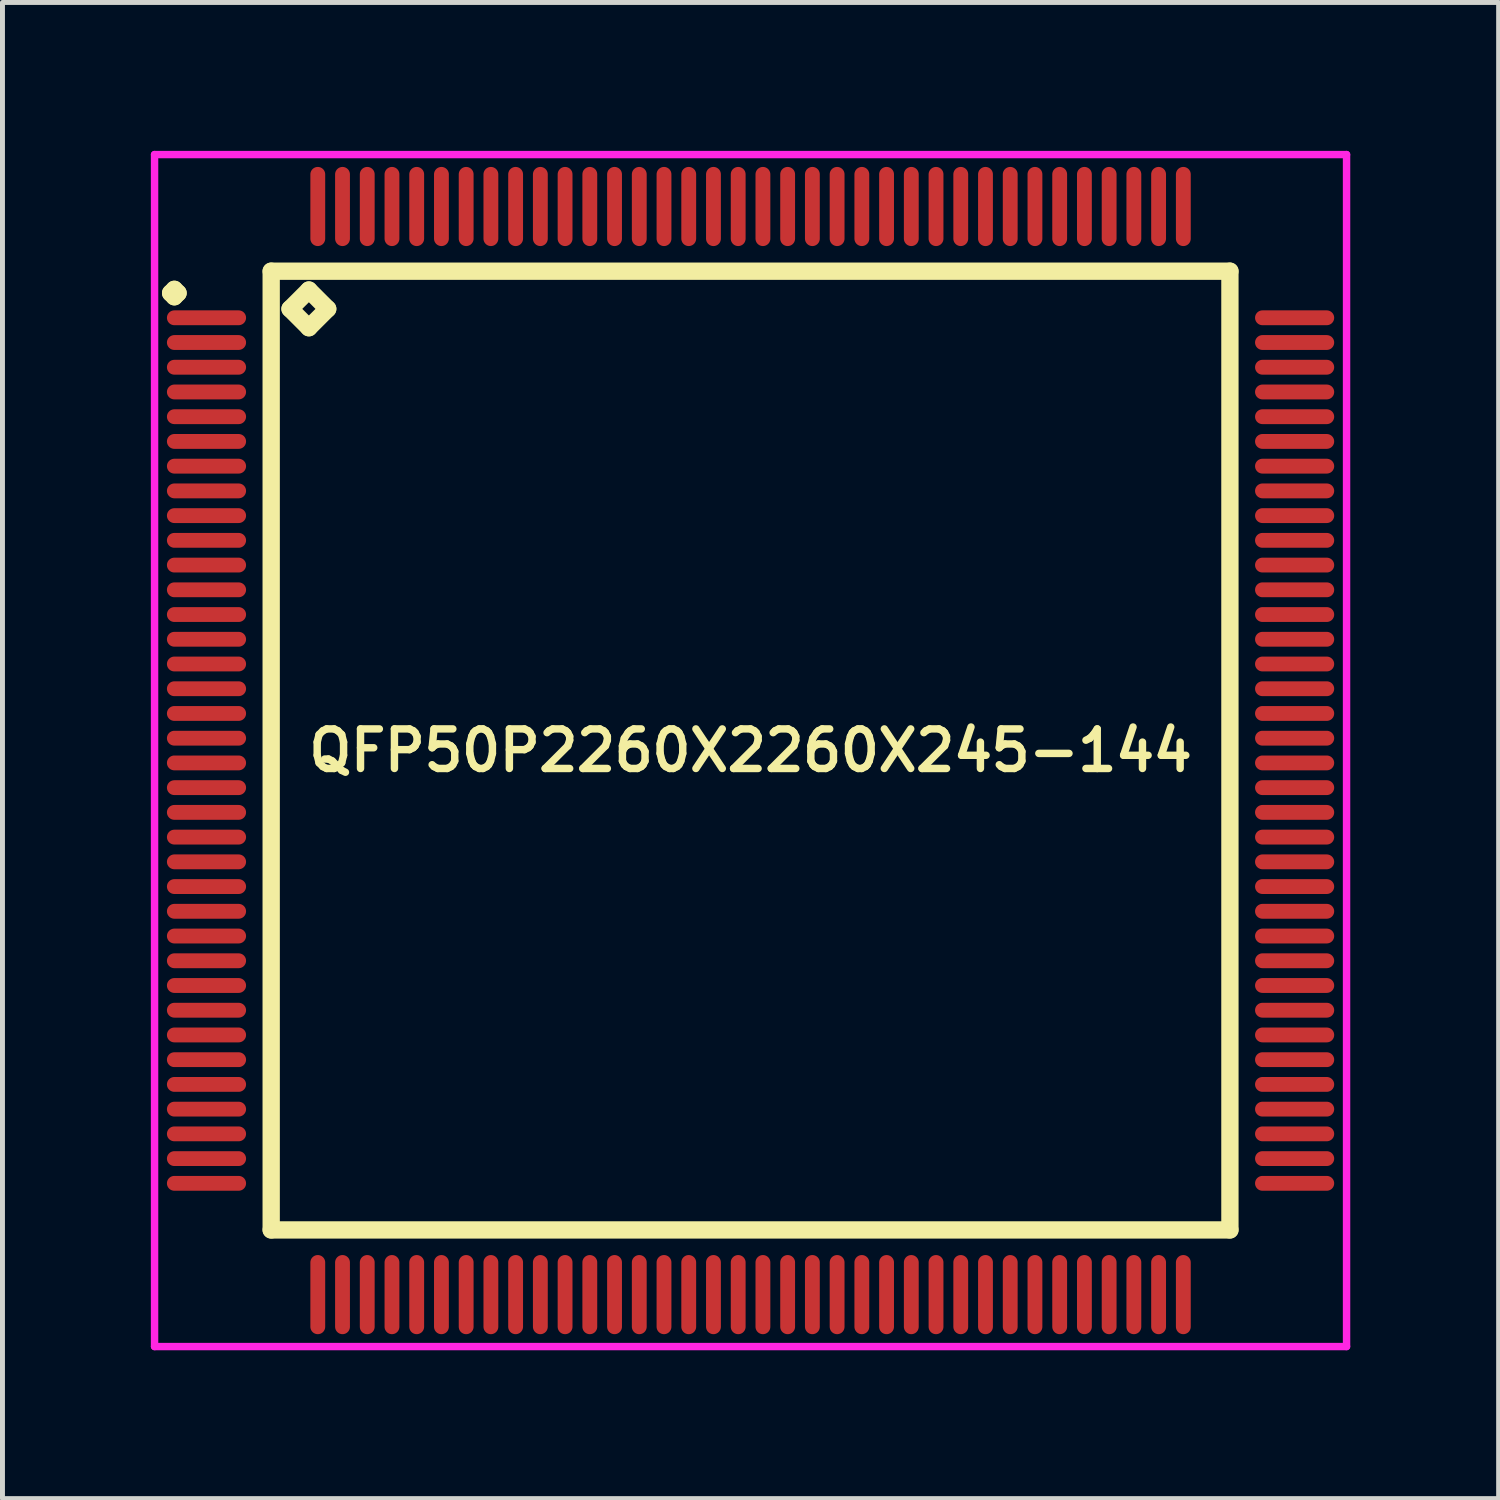
<source format=kicad_pcb>
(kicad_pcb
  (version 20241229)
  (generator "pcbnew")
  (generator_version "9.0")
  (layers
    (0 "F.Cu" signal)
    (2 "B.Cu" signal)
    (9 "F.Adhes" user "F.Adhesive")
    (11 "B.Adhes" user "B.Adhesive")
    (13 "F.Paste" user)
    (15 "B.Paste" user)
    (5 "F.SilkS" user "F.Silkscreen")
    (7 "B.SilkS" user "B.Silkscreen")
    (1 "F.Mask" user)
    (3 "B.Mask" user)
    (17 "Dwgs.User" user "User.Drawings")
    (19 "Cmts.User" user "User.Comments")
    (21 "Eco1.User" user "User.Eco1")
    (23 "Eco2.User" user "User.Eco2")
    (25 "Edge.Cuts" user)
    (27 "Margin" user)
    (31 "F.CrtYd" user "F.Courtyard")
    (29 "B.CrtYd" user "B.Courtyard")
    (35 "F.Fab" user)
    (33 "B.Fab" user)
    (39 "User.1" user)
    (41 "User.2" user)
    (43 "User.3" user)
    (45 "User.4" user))
  (footprint "QFP50P2260X2260X245-144"
    (layer "F.Cu")
    (at 12.125 12.125)
    (property "Reference" "QFP50P2260X2260X245-144" (at 0 0 0) (layer "F.SilkS") (effects (font (size 0.8 0.8) (thickness 0.15))))
    (attr smd)
    (fp_line (start -11.725 -9.25) (end -11.65 -9.325) (stroke (width 0.35) (type solid)) (layer "F.SilkS"))
    (fp_line (start -11.65 -9.325) (end -11.575 -9.25) (stroke (width 0.35) (type solid)) (layer "F.SilkS"))
    (fp_line (start -11.65 -9.175) (end -11.725 -9.25) (stroke (width 0.35) (type solid)) (layer "F.SilkS"))
    (fp_line (start -11.575 -9.25) (end -11.65 -9.175) (stroke (width 0.35) (type solid)) (layer "F.SilkS"))
    (fp_line (start -9.692 -9.692) (end -9.692 9.692) (stroke (width 0.35) (type solid)) (layer "F.SilkS"))
    (fp_line (start -9.692 9.692) (end 9.692 9.692) (stroke (width 0.35) (type solid)) (layer "F.SilkS"))
    (fp_line (start -9.311 -8.93) (end -8.93 -9.311) (stroke (width 0.35) (type solid)) (layer "F.SilkS"))
    (fp_line (start -8.93 -9.311) (end -8.549 -8.93) (stroke (width 0.35) (type solid)) (layer "F.SilkS"))
    (fp_line (start -8.93 -8.549) (end -9.311 -8.93) (stroke (width 0.35) (type solid)) (layer "F.SilkS"))
    (fp_line (start -8.549 -8.93) (end -8.93 -8.549) (stroke (width 0.35) (type solid)) (layer "F.SilkS"))
    (fp_line (start 9.692 -9.692) (end -9.692 -9.692) (stroke (width 0.35) (type solid)) (layer "F.SilkS"))
    (fp_line (start 9.692 9.692) (end 9.692 -9.692) (stroke (width 0.35) (type solid)) (layer "F.SilkS"))
    (fp_line (start -12.05 -12.05) (end 12.05 -12.05) (stroke (width 0.15) (type solid)) (layer "F.CrtYd"))
    (fp_line (start -12.05 12.05) (end -12.05 -12.05) (stroke (width 0.15) (type solid)) (layer "F.CrtYd"))
    (fp_line (start 12.05 -12.05) (end 12.05 12.05) (stroke (width 0.15) (type solid)) (layer "F.CrtYd"))
    (fp_line (start 12.05 12.05) (end -12.05 12.05) (stroke (width 0.15) (type solid)) (layer "F.CrtYd"))
    (pad "1" smd oval (at -11 -8.75) (size 1.6 0.3) (layers "F.Cu" "F.Mask" "F.Paste"))
    (pad "2" smd oval (at -11 -8.25) (size 1.6 0.3) (layers "F.Cu" "F.Mask" "F.Paste"))
    (pad "3" smd oval (at -11 -7.75) (size 1.6 0.3) (layers "F.Cu" "F.Mask" "F.Paste"))
    (pad "4" smd oval (at -11 -7.25) (size 1.6 0.3) (layers "F.Cu" "F.Mask" "F.Paste"))
    (pad "5" smd oval (at -11 -6.75) (size 1.6 0.3) (layers "F.Cu" "F.Mask" "F.Paste"))
    (pad "6" smd oval (at -11 -6.25) (size 1.6 0.3) (layers "F.Cu" "F.Mask" "F.Paste"))
    (pad "7" smd oval (at -11 -5.75) (size 1.6 0.3) (layers "F.Cu" "F.Mask" "F.Paste"))
    (pad "8" smd oval (at -11 -5.25) (size 1.6 0.3) (layers "F.Cu" "F.Mask" "F.Paste"))
    (pad "9" smd oval (at -11 -4.75) (size 1.6 0.3) (layers "F.Cu" "F.Mask" "F.Paste"))
    (pad "10" smd oval (at -11 -4.25) (size 1.6 0.3) (layers "F.Cu" "F.Mask" "F.Paste"))
    (pad "11" smd oval (at -11 -3.75) (size 1.6 0.3) (layers "F.Cu" "F.Mask" "F.Paste"))
    (pad "12" smd oval (at -11 -3.25) (size 1.6 0.3) (layers "F.Cu" "F.Mask" "F.Paste"))
    (pad "13" smd oval (at -11 -2.75) (size 1.6 0.3) (layers "F.Cu" "F.Mask" "F.Paste"))
    (pad "14" smd oval (at -11 -2.25) (size 1.6 0.3) (layers "F.Cu" "F.Mask" "F.Paste"))
    (pad "15" smd oval (at -11 -1.75) (size 1.6 0.3) (layers "F.Cu" "F.Mask" "F.Paste"))
    (pad "16" smd oval (at -11 -1.25) (size 1.6 0.3) (layers "F.Cu" "F.Mask" "F.Paste"))
    (pad "17" smd oval (at -11 -0.75) (size 1.6 0.3) (layers "F.Cu" "F.Mask" "F.Paste"))
    (pad "18" smd oval (at -11 -0.25) (size 1.6 0.3) (layers "F.Cu" "F.Mask" "F.Paste"))
    (pad "19" smd oval (at -11 0.25) (size 1.6 0.3) (layers "F.Cu" "F.Mask" "F.Paste"))
    (pad "20" smd oval (at -11 0.75) (size 1.6 0.3) (layers "F.Cu" "F.Mask" "F.Paste"))
    (pad "21" smd oval (at -11 1.25) (size 1.6 0.3) (layers "F.Cu" "F.Mask" "F.Paste"))
    (pad "22" smd oval (at -11 1.75) (size 1.6 0.3) (layers "F.Cu" "F.Mask" "F.Paste"))
    (pad "23" smd oval (at -11 2.25) (size 1.6 0.3) (layers "F.Cu" "F.Mask" "F.Paste"))
    (pad "24" smd oval (at -11 2.75) (size 1.6 0.3) (layers "F.Cu" "F.Mask" "F.Paste"))
    (pad "25" smd oval (at -11 3.25) (size 1.6 0.3) (layers "F.Cu" "F.Mask" "F.Paste"))
    (pad "26" smd oval (at -11 3.75) (size 1.6 0.3) (layers "F.Cu" "F.Mask" "F.Paste"))
    (pad "27" smd oval (at -11 4.25) (size 1.6 0.3) (layers "F.Cu" "F.Mask" "F.Paste"))
    (pad "28" smd oval (at -11 4.75) (size 1.6 0.3) (layers "F.Cu" "F.Mask" "F.Paste"))
    (pad "29" smd oval (at -11 5.25) (size 1.6 0.3) (layers "F.Cu" "F.Mask" "F.Paste"))
    (pad "30" smd oval (at -11 5.75) (size 1.6 0.3) (layers "F.Cu" "F.Mask" "F.Paste"))
    (pad "31" smd oval (at -11 6.25) (size 1.6 0.3) (layers "F.Cu" "F.Mask" "F.Paste"))
    (pad "32" smd oval (at -11 6.75) (size 1.6 0.3) (layers "F.Cu" "F.Mask" "F.Paste"))
    (pad "33" smd oval (at -11 7.25) (size 1.6 0.3) (layers "F.Cu" "F.Mask" "F.Paste"))
    (pad "34" smd oval (at -11 7.75) (size 1.6 0.3) (layers "F.Cu" "F.Mask" "F.Paste"))
    (pad "35" smd oval (at -11 8.25) (size 1.6 0.3) (layers "F.Cu" "F.Mask" "F.Paste"))
    (pad "36" smd oval (at -11 8.75) (size 1.6 0.3) (layers "F.Cu" "F.Mask" "F.Paste"))
    (pad "37" smd oval (at -8.75 11) (size 0.3 1.6) (layers "F.Cu" "F.Mask" "F.Paste"))
    (pad "38" smd oval (at -8.25 11) (size 0.3 1.6) (layers "F.Cu" "F.Mask" "F.Paste"))
    (pad "39" smd oval (at -7.75 11) (size 0.3 1.6) (layers "F.Cu" "F.Mask" "F.Paste"))
    (pad "40" smd oval (at -7.25 11) (size 0.3 1.6) (layers "F.Cu" "F.Mask" "F.Paste"))
    (pad "41" smd oval (at -6.75 11) (size 0.3 1.6) (layers "F.Cu" "F.Mask" "F.Paste"))
    (pad "42" smd oval (at -6.25 11) (size 0.3 1.6) (layers "F.Cu" "F.Mask" "F.Paste"))
    (pad "43" smd oval (at -5.75 11) (size 0.3 1.6) (layers "F.Cu" "F.Mask" "F.Paste"))
    (pad "44" smd oval (at -5.25 11) (size 0.3 1.6) (layers "F.Cu" "F.Mask" "F.Paste"))
    (pad "45" smd oval (at -4.75 11) (size 0.3 1.6) (layers "F.Cu" "F.Mask" "F.Paste"))
    (pad "46" smd oval (at -4.25 11) (size 0.3 1.6) (layers "F.Cu" "F.Mask" "F.Paste"))
    (pad "47" smd oval (at -3.75 11) (size 0.3 1.6) (layers "F.Cu" "F.Mask" "F.Paste"))
    (pad "48" smd oval (at -3.25 11) (size 0.3 1.6) (layers "F.Cu" "F.Mask" "F.Paste"))
    (pad "49" smd oval (at -2.75 11) (size 0.3 1.6) (layers "F.Cu" "F.Mask" "F.Paste"))
    (pad "50" smd oval (at -2.25 11) (size 0.3 1.6) (layers "F.Cu" "F.Mask" "F.Paste"))
    (pad "51" smd oval (at -1.75 11) (size 0.3 1.6) (layers "F.Cu" "F.Mask" "F.Paste"))
    (pad "52" smd oval (at -1.25 11) (size 0.3 1.6) (layers "F.Cu" "F.Mask" "F.Paste"))
    (pad "53" smd oval (at -0.75 11) (size 0.3 1.6) (layers "F.Cu" "F.Mask" "F.Paste"))
    (pad "54" smd oval (at -0.25 11) (size 0.3 1.6) (layers "F.Cu" "F.Mask" "F.Paste"))
    (pad "55" smd oval (at 0.25 11) (size 0.3 1.6) (layers "F.Cu" "F.Mask" "F.Paste"))
    (pad "56" smd oval (at 0.75 11) (size 0.3 1.6) (layers "F.Cu" "F.Mask" "F.Paste"))
    (pad "57" smd oval (at 1.25 11) (size 0.3 1.6) (layers "F.Cu" "F.Mask" "F.Paste"))
    (pad "58" smd oval (at 1.75 11) (size 0.3 1.6) (layers "F.Cu" "F.Mask" "F.Paste"))
    (pad "59" smd oval (at 2.25 11) (size 0.3 1.6) (layers "F.Cu" "F.Mask" "F.Paste"))
    (pad "60" smd oval (at 2.75 11) (size 0.3 1.6) (layers "F.Cu" "F.Mask" "F.Paste"))
    (pad "61" smd oval (at 3.25 11) (size 0.3 1.6) (layers "F.Cu" "F.Mask" "F.Paste"))
    (pad "62" smd oval (at 3.75 11) (size 0.3 1.6) (layers "F.Cu" "F.Mask" "F.Paste"))
    (pad "63" smd oval (at 4.25 11) (size 0.3 1.6) (layers "F.Cu" "F.Mask" "F.Paste"))
    (pad "64" smd oval (at 4.75 11) (size 0.3 1.6) (layers "F.Cu" "F.Mask" "F.Paste"))
    (pad "65" smd oval (at 5.25 11) (size 0.3 1.6) (layers "F.Cu" "F.Mask" "F.Paste"))
    (pad "66" smd oval (at 5.75 11) (size 0.3 1.6) (layers "F.Cu" "F.Mask" "F.Paste"))
    (pad "67" smd oval (at 6.25 11) (size 0.3 1.6) (layers "F.Cu" "F.Mask" "F.Paste"))
    (pad "68" smd oval (at 6.75 11) (size 0.3 1.6) (layers "F.Cu" "F.Mask" "F.Paste"))
    (pad "69" smd oval (at 7.25 11) (size 0.3 1.6) (layers "F.Cu" "F.Mask" "F.Paste"))
    (pad "70" smd oval (at 7.75 11) (size 0.3 1.6) (layers "F.Cu" "F.Mask" "F.Paste"))
    (pad "71" smd oval (at 8.25 11) (size 0.3 1.6) (layers "F.Cu" "F.Mask" "F.Paste"))
    (pad "72" smd oval (at 8.75 11) (size 0.3 1.6) (layers "F.Cu" "F.Mask" "F.Paste"))
    (pad "73" smd oval (at 11 8.75) (size 1.6 0.3) (layers "F.Cu" "F.Mask" "F.Paste"))
    (pad "74" smd oval (at 11 8.25) (size 1.6 0.3) (layers "F.Cu" "F.Mask" "F.Paste"))
    (pad "75" smd oval (at 11 7.75) (size 1.6 0.3) (layers "F.Cu" "F.Mask" "F.Paste"))
    (pad "76" smd oval (at 11 7.25) (size 1.6 0.3) (layers "F.Cu" "F.Mask" "F.Paste"))
    (pad "77" smd oval (at 11 6.75) (size 1.6 0.3) (layers "F.Cu" "F.Mask" "F.Paste"))
    (pad "78" smd oval (at 11 6.25) (size 1.6 0.3) (layers "F.Cu" "F.Mask" "F.Paste"))
    (pad "79" smd oval (at 11 5.75) (size 1.6 0.3) (layers "F.Cu" "F.Mask" "F.Paste"))
    (pad "80" smd oval (at 11 5.25) (size 1.6 0.3) (layers "F.Cu" "F.Mask" "F.Paste"))
    (pad "81" smd oval (at 11 4.75) (size 1.6 0.3) (layers "F.Cu" "F.Mask" "F.Paste"))
    (pad "82" smd oval (at 11 4.25) (size 1.6 0.3) (layers "F.Cu" "F.Mask" "F.Paste"))
    (pad "83" smd oval (at 11 3.75) (size 1.6 0.3) (layers "F.Cu" "F.Mask" "F.Paste"))
    (pad "84" smd oval (at 11 3.25) (size 1.6 0.3) (layers "F.Cu" "F.Mask" "F.Paste"))
    (pad "85" smd oval (at 11 2.75) (size 1.6 0.3) (layers "F.Cu" "F.Mask" "F.Paste"))
    (pad "86" smd oval (at 11 2.25) (size 1.6 0.3) (layers "F.Cu" "F.Mask" "F.Paste"))
    (pad "87" smd oval (at 11 1.75) (size 1.6 0.3) (layers "F.Cu" "F.Mask" "F.Paste"))
    (pad "88" smd oval (at 11 1.25) (size 1.6 0.3) (layers "F.Cu" "F.Mask" "F.Paste"))
    (pad "89" smd oval (at 11 0.75) (size 1.6 0.3) (layers "F.Cu" "F.Mask" "F.Paste"))
    (pad "90" smd oval (at 11 0.25) (size 1.6 0.3) (layers "F.Cu" "F.Mask" "F.Paste"))
    (pad "91" smd oval (at 11 -0.25) (size 1.6 0.3) (layers "F.Cu" "F.Mask" "F.Paste"))
    (pad "92" smd oval (at 11 -0.75) (size 1.6 0.3) (layers "F.Cu" "F.Mask" "F.Paste"))
    (pad "93" smd oval (at 11 -1.25) (size 1.6 0.3) (layers "F.Cu" "F.Mask" "F.Paste"))
    (pad "94" smd oval (at 11 -1.75) (size 1.6 0.3) (layers "F.Cu" "F.Mask" "F.Paste"))
    (pad "95" smd oval (at 11 -2.25) (size 1.6 0.3) (layers "F.Cu" "F.Mask" "F.Paste"))
    (pad "96" smd oval (at 11 -2.75) (size 1.6 0.3) (layers "F.Cu" "F.Mask" "F.Paste"))
    (pad "97" smd oval (at 11 -3.25) (size 1.6 0.3) (layers "F.Cu" "F.Mask" "F.Paste"))
    (pad "98" smd oval (at 11 -3.75) (size 1.6 0.3) (layers "F.Cu" "F.Mask" "F.Paste"))
    (pad "99" smd oval (at 11 -4.25) (size 1.6 0.3) (layers "F.Cu" "F.Mask" "F.Paste"))
    (pad "100" smd oval (at 11 -4.75) (size 1.6 0.3) (layers "F.Cu" "F.Mask" "F.Paste"))
    (pad "101" smd oval (at 11 -5.25) (size 1.6 0.3) (layers "F.Cu" "F.Mask" "F.Paste"))
    (pad "102" smd oval (at 11 -5.75) (size 1.6 0.3) (layers "F.Cu" "F.Mask" "F.Paste"))
    (pad "103" smd oval (at 11 -6.25) (size 1.6 0.3) (layers "F.Cu" "F.Mask" "F.Paste"))
    (pad "104" smd oval (at 11 -6.75) (size 1.6 0.3) (layers "F.Cu" "F.Mask" "F.Paste"))
    (pad "105" smd oval (at 11 -7.25) (size 1.6 0.3) (layers "F.Cu" "F.Mask" "F.Paste"))
    (pad "106" smd oval (at 11 -7.75) (size 1.6 0.3) (layers "F.Cu" "F.Mask" "F.Paste"))
    (pad "107" smd oval (at 11 -8.25) (size 1.6 0.3) (layers "F.Cu" "F.Mask" "F.Paste"))
    (pad "108" smd oval (at 11 -8.75) (size 1.6 0.3) (layers "F.Cu" "F.Mask" "F.Paste"))
    (pad "109" smd oval (at 8.75 -11) (size 0.3 1.6) (layers "F.Cu" "F.Mask" "F.Paste"))
    (pad "110" smd oval (at 8.25 -11) (size 0.3 1.6) (layers "F.Cu" "F.Mask" "F.Paste"))
    (pad "111" smd oval (at 7.75 -11) (size 0.3 1.6) (layers "F.Cu" "F.Mask" "F.Paste"))
    (pad "112" smd oval (at 7.25 -11) (size 0.3 1.6) (layers "F.Cu" "F.Mask" "F.Paste"))
    (pad "113" smd oval (at 6.75 -11) (size 0.3 1.6) (layers "F.Cu" "F.Mask" "F.Paste"))
    (pad "114" smd oval (at 6.25 -11) (size 0.3 1.6) (layers "F.Cu" "F.Mask" "F.Paste"))
    (pad "115" smd oval (at 5.75 -11) (size 0.3 1.6) (layers "F.Cu" "F.Mask" "F.Paste"))
    (pad "116" smd oval (at 5.25 -11) (size 0.3 1.6) (layers "F.Cu" "F.Mask" "F.Paste"))
    (pad "117" smd oval (at 4.75 -11) (size 0.3 1.6) (layers "F.Cu" "F.Mask" "F.Paste"))
    (pad "118" smd oval (at 4.25 -11) (size 0.3 1.6) (layers "F.Cu" "F.Mask" "F.Paste"))
    (pad "119" smd oval (at 3.75 -11) (size 0.3 1.6) (layers "F.Cu" "F.Mask" "F.Paste"))
    (pad "120" smd oval (at 3.25 -11) (size 0.3 1.6) (layers "F.Cu" "F.Mask" "F.Paste"))
    (pad "121" smd oval (at 2.75 -11) (size 0.3 1.6) (layers "F.Cu" "F.Mask" "F.Paste"))
    (pad "122" smd oval (at 2.25 -11) (size 0.3 1.6) (layers "F.Cu" "F.Mask" "F.Paste"))
    (pad "123" smd oval (at 1.75 -11) (size 0.3 1.6) (layers "F.Cu" "F.Mask" "F.Paste"))
    (pad "124" smd oval (at 1.25 -11) (size 0.3 1.6) (layers "F.Cu" "F.Mask" "F.Paste"))
    (pad "125" smd oval (at 0.75 -11) (size 0.3 1.6) (layers "F.Cu" "F.Mask" "F.Paste"))
    (pad "126" smd oval (at 0.25 -11) (size 0.3 1.6) (layers "F.Cu" "F.Mask" "F.Paste"))
    (pad "127" smd oval (at -0.25 -11) (size 0.3 1.6) (layers "F.Cu" "F.Mask" "F.Paste"))
    (pad "128" smd oval (at -0.75 -11) (size 0.3 1.6) (layers "F.Cu" "F.Mask" "F.Paste"))
    (pad "129" smd oval (at -1.25 -11) (size 0.3 1.6) (layers "F.Cu" "F.Mask" "F.Paste"))
    (pad "130" smd oval (at -1.75 -11) (size 0.3 1.6) (layers "F.Cu" "F.Mask" "F.Paste"))
    (pad "131" smd oval (at -2.25 -11) (size 0.3 1.6) (layers "F.Cu" "F.Mask" "F.Paste"))
    (pad "132" smd oval (at -2.75 -11) (size 0.3 1.6) (layers "F.Cu" "F.Mask" "F.Paste"))
    (pad "133" smd oval (at -3.25 -11) (size 0.3 1.6) (layers "F.Cu" "F.Mask" "F.Paste"))
    (pad "134" smd oval (at -3.75 -11) (size 0.3 1.6) (layers "F.Cu" "F.Mask" "F.Paste"))
    (pad "135" smd oval (at -4.25 -11) (size 0.3 1.6) (layers "F.Cu" "F.Mask" "F.Paste"))
    (pad "136" smd oval (at -4.75 -11) (size 0.3 1.6) (layers "F.Cu" "F.Mask" "F.Paste"))
    (pad "137" smd oval (at -5.25 -11) (size 0.3 1.6) (layers "F.Cu" "F.Mask" "F.Paste"))
    (pad "138" smd oval (at -5.75 -11) (size 0.3 1.6) (layers "F.Cu" "F.Mask" "F.Paste"))
    (pad "139" smd oval (at -6.25 -11) (size 0.3 1.6) (layers "F.Cu" "F.Mask" "F.Paste"))
    (pad "140" smd oval (at -6.75 -11) (size 0.3 1.6) (layers "F.Cu" "F.Mask" "F.Paste"))
    (pad "141" smd oval (at -7.25 -11) (size 0.3 1.6) (layers "F.Cu" "F.Mask" "F.Paste"))
    (pad "142" smd oval (at -7.75 -11) (size 0.3 1.6) (layers "F.Cu" "F.Mask" "F.Paste"))
    (pad "143" smd oval (at -8.25 -11) (size 0.3 1.6) (layers "F.Cu" "F.Mask" "F.Paste"))
    (pad "144" smd oval (at -8.75 -11) (size 0.3 1.6) (layers "F.Cu" "F.Mask" "F.Paste")))
  (gr_rect
    (start -3 -3)
    (end 27.25 27.25)
    (stroke (width 0.1) (type default))
    (fill no)
    (layer "Edge.Cuts")))
</source>
